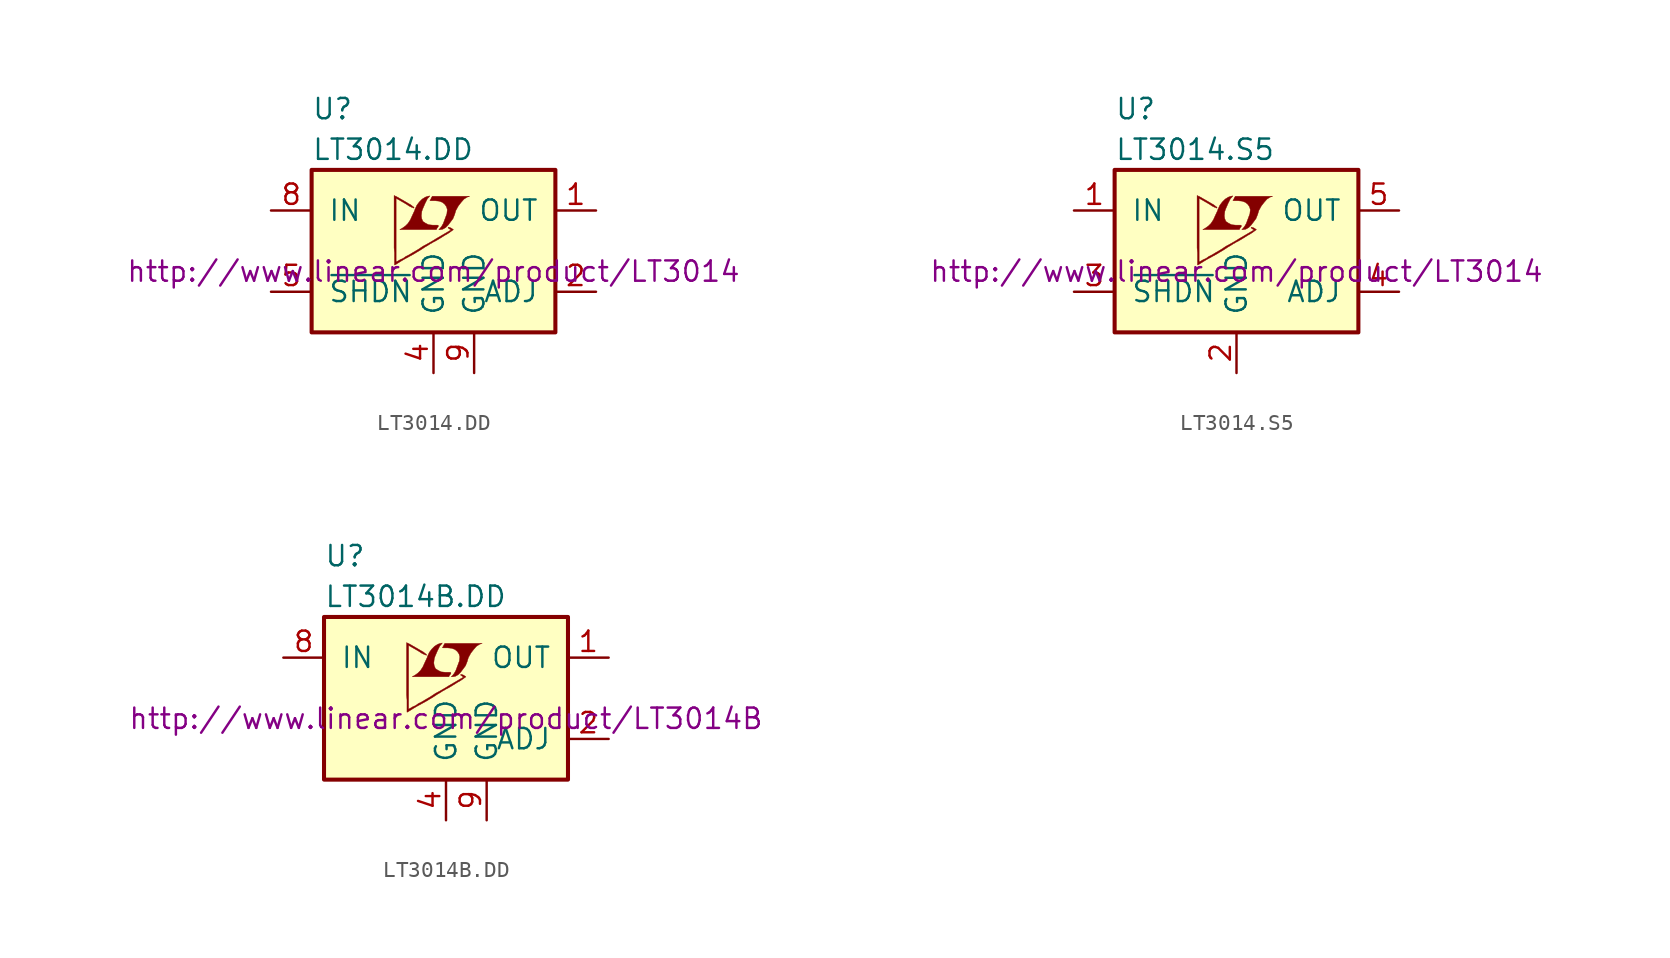
<source format=kicad_sym>
(kicad_symbol_lib
  (version 20201005)
  (generator kicad_symbol_editor)
  (symbol "LT3014.DD"
    (pin_names
      (offset 1.016))
    (property "Reference" "U"
      (at -7.62 8.89 0)
      (effects (font (size 1.27 1.27)) (justify left)))
    (property "Value" "LT3014.DD"
      (at -7.62 6.35 0)
      (effects (font (size 1.27 1.27)) (justify left)))
    (property "Datasheet" "http://www.linear.com/product/LT3014"
      (at 0 -1.27 0)
      (effects (font (size 1.27 1.27))))
    (symbol "LT3014.DD_0_0"
      (polyline (pts (xy 0.584 1.372) (xy 0.762 1.473) (xy 0.914 1.626) (xy 1.219 2.032) (xy 1.321 2.286) (xy 1.397 2.54) (xy 1.549 2.819) (xy 1.727 3.048) (xy 1.905 3.251) (xy 2.108 3.378) (xy 2.261 3.429) (xy -0.076 3.429) (xy -0.152 3.302) (xy -0.152 3.277) (xy -0.203 3.2) (xy -0.229 3.175) (xy -0.178 3.15) (xy 0.102 3.15) (xy 0.356 3.124) (xy 0.559 3.048) (xy 0.711 2.921) (xy 0.813 2.769) (xy 0.864 2.591) (xy 0.838 2.362) (xy 0.838 2.337) (xy 0.61 1.727) (xy 0.508 1.549) (xy 0.406 1.422) (xy 0.33 1.346) (xy 0.432 1.346) (xy 0.584 1.372)) (stroke (width 0.025)) (fill (type outline)))
      (polyline (pts (xy 0.229 1.448) (xy 0.254 1.473) (xy 0.305 1.549) (xy 0.305 1.6) (xy 0.254 1.626) (xy -0.051 1.626) (xy -0.305 1.651) (xy -0.508 1.753) (xy -0.66 1.854) (xy -0.737 2.032) (xy -0.762 2.21) (xy -0.737 2.438) (xy -0.737 2.464) (xy -0.686 2.616) (xy -0.533 2.972) (xy -0.381 3.277) (xy -0.305 3.353) (xy -0.229 3.454) (xy -0.356 3.429) (xy -0.508 3.378) (xy -0.711 3.251) (xy -0.889 3.073) (xy -1.041 2.87) (xy -1.168 2.591) (xy -1.168 2.565) (xy -1.321 2.235) (xy -1.448 1.956) (xy -1.6 1.727) (xy -1.753 1.575) (xy -1.93 1.448) (xy -2.108 1.346) (xy 0.178 1.346) (xy 0.229 1.448)) (stroke (width 0.025)) (fill (type outline)))
      (polyline (pts (xy -2.362 -0.838) (xy -2.286 -0.787) (xy -2.159 -0.711) (xy -2.083 -0.66) (xy -1.829 -0.508) (xy -1.27 -0.203) (xy -0.762 0.102) (xy -0.533 0.254) (xy -0.356 0.356) (xy -0.203 0.457) (xy -0.102 0.508) (xy -0.025 0.559) (xy 0.127 0.635) (xy 0.305 0.737) (xy 0.711 0.991) (xy 0.889 1.092) (xy 1.041 1.194) (xy 1.143 1.27) (xy 1.219 1.321) (xy 1.245 1.346) (xy 1.092 1.448) (xy 0.94 1.499) (xy 0.914 1.473) (xy 0.914 1.448) (xy 0.991 1.397) (xy 1.092 1.321) (xy 0.178 0.787) (xy -0.025 0.66) (xy -0.33 0.483) (xy -0.66 0.305) (xy -0.965 0.102) (xy -1.27 -0.076) (xy -1.524 -0.229) (xy -1.727 -0.33) (xy -1.905 -0.457) (xy -2.083 -0.533) (xy -2.21 -0.61) (xy -2.311 -0.66) (xy -2.337 -0.686) (xy -2.337 3.302) (xy -1.803 2.997) (xy -1.676 2.921) (xy -1.524 2.819) (xy -1.372 2.743) (xy -1.295 2.718) (xy -1.245 2.692) (xy -1.219 2.692) (xy -1.219 2.743) (xy -1.295 2.794) (xy -1.422 2.896) (xy -1.6 2.997) (xy -1.727 3.073) (xy -2.083 3.277) (xy -2.21 3.353) (xy -2.464 3.48) (xy -2.464 0.203) (xy -2.438 -0.102) (xy -2.438 -0.864) (xy -2.413 -0.864) (xy -2.362 -0.838)) (stroke (width 0.025)) (fill (type outline))))
    (symbol "LT3014.DD_0_1"
      (rectangle (start -7.62 5.08) (end 7.62 -5.08) (stroke (width 0.254)) (fill (type background))))
    (symbol "LT3014.DD_1_1"
      (pin power_out line (at 10.16 2.54 180) (length 2.54) (name "OUT" (effects (font (size 1.27 1.27)))) (number "1" (effects (font (size 1.27 1.27)))))
      (pin passive line (at 10.16 -2.54 180) (length 2.54) (name "ADJ" (effects (font (size 1.27 1.27)))) (number "2" (effects (font (size 1.27 1.27)))))
      (pin unconnected line (at -10.16 0 0) (length 2.54) hide (name "NC" (effects (font (size 1.27 1.27)))) (number "3" (effects (font (size 1.27 1.27)))))
      (pin power_in line (at 0 -7.62 90) (length 2.54) (name "GND" (effects (font (size 1.27 1.27)))) (number "4" (effects (font (size 1.27 1.27)))))
      (pin passive line (at -10.16 -2.54 0) (length 2.54) (name "~SHDN~" (effects (font (size 1.27 1.27)))) (number "5" (effects (font (size 1.27 1.27)))))
      (pin unconnected line (at -10.16 0 0) (length 2.54) hide (name "NC" (effects (font (size 1.27 1.27)))) (number "6" (effects (font (size 1.27 1.27)))))
      (pin unconnected line (at -10.16 0 0) (length 2.54) hide (name "NC" (effects (font (size 1.27 1.27)))) (number "7" (effects (font (size 1.27 1.27)))))
      (pin power_in line (at -10.16 2.54 0) (length 2.54) (name "IN" (effects (font (size 1.27 1.27)))) (number "8" (effects (font (size 1.27 1.27)))))
      (pin power_in line (at 2.54 -7.62 90) (length 2.54) (name "GND" (effects (font (size 1.27 1.27)))) (number "9" (effects (font (size 1.27 1.27)))))))
  (symbol "LT3014.S5"
    (pin_names
      (offset 1.016))
    (property "Reference" "U"
      (at -7.62 8.89 0)
      (effects (font (size 1.27 1.27)) (justify left)))
    (property "Value" "LT3014.S5"
      (at -7.62 6.35 0)
      (effects (font (size 1.27 1.27)) (justify left)))
    (property "Datasheet" "http://www.linear.com/product/LT3014"
      (at 0 -1.27 0)
      (effects (font (size 1.27 1.27))))
    (symbol "LT3014.S5_0_0"
      (polyline (pts (xy 0.584 1.372) (xy 0.762 1.473) (xy 0.914 1.626) (xy 1.219 2.032) (xy 1.321 2.286) (xy 1.397 2.54) (xy 1.549 2.819) (xy 1.727 3.048) (xy 1.905 3.251) (xy 2.108 3.378) (xy 2.261 3.429) (xy -0.076 3.429) (xy -0.152 3.302) (xy -0.152 3.277) (xy -0.203 3.2) (xy -0.229 3.175) (xy -0.178 3.15) (xy 0.102 3.15) (xy 0.356 3.124) (xy 0.559 3.048) (xy 0.711 2.921) (xy 0.813 2.769) (xy 0.864 2.591) (xy 0.838 2.362) (xy 0.838 2.337) (xy 0.61 1.727) (xy 0.508 1.549) (xy 0.406 1.422) (xy 0.33 1.346) (xy 0.432 1.346) (xy 0.584 1.372)) (stroke (width 0.025)) (fill (type outline)))
      (polyline (pts (xy 0.229 1.448) (xy 0.254 1.473) (xy 0.305 1.549) (xy 0.305 1.6) (xy 0.254 1.626) (xy -0.051 1.626) (xy -0.305 1.651) (xy -0.508 1.753) (xy -0.66 1.854) (xy -0.737 2.032) (xy -0.762 2.21) (xy -0.737 2.438) (xy -0.737 2.464) (xy -0.686 2.616) (xy -0.533 2.972) (xy -0.381 3.277) (xy -0.305 3.353) (xy -0.229 3.454) (xy -0.356 3.429) (xy -0.508 3.378) (xy -0.711 3.251) (xy -0.889 3.073) (xy -1.041 2.87) (xy -1.168 2.591) (xy -1.168 2.565) (xy -1.321 2.235) (xy -1.448 1.956) (xy -1.6 1.727) (xy -1.753 1.575) (xy -1.93 1.448) (xy -2.108 1.346) (xy 0.178 1.346) (xy 0.229 1.448)) (stroke (width 0.025)) (fill (type outline)))
      (polyline (pts (xy -2.362 -0.838) (xy -2.286 -0.787) (xy -2.159 -0.711) (xy -2.083 -0.66) (xy -1.829 -0.508) (xy -1.27 -0.203) (xy -0.762 0.102) (xy -0.533 0.254) (xy -0.356 0.356) (xy -0.203 0.457) (xy -0.102 0.508) (xy -0.025 0.559) (xy 0.127 0.635) (xy 0.305 0.737) (xy 0.711 0.991) (xy 0.889 1.092) (xy 1.041 1.194) (xy 1.143 1.27) (xy 1.219 1.321) (xy 1.245 1.346) (xy 1.092 1.448) (xy 0.94 1.499) (xy 0.914 1.473) (xy 0.914 1.448) (xy 0.991 1.397) (xy 1.092 1.321) (xy 0.178 0.787) (xy -0.025 0.66) (xy -0.33 0.483) (xy -0.66 0.305) (xy -0.965 0.102) (xy -1.27 -0.076) (xy -1.524 -0.229) (xy -1.727 -0.33) (xy -1.905 -0.457) (xy -2.083 -0.533) (xy -2.21 -0.61) (xy -2.311 -0.66) (xy -2.337 -0.686) (xy -2.337 3.302) (xy -1.803 2.997) (xy -1.676 2.921) (xy -1.524 2.819) (xy -1.372 2.743) (xy -1.295 2.718) (xy -1.245 2.692) (xy -1.219 2.692) (xy -1.219 2.743) (xy -1.295 2.794) (xy -1.422 2.896) (xy -1.6 2.997) (xy -1.727 3.073) (xy -2.083 3.277) (xy -2.21 3.353) (xy -2.464 3.48) (xy -2.464 0.203) (xy -2.438 -0.102) (xy -2.438 -0.864) (xy -2.413 -0.864) (xy -2.362 -0.838)) (stroke (width 0.025)) (fill (type outline))))
    (symbol "LT3014.S5_0_1"
      (rectangle (start -7.62 5.08) (end 7.62 -5.08) (stroke (width 0.254)) (fill (type background))))
    (symbol "LT3014.S5_1_1"
      (pin power_in line (at -10.16 2.54 0) (length 2.54) (name "IN" (effects (font (size 1.27 1.27)))) (number "1" (effects (font (size 1.27 1.27)))))
      (pin power_in line (at 0 -7.62 90) (length 2.54) (name "GND" (effects (font (size 1.27 1.27)))) (number "2" (effects (font (size 1.27 1.27)))))
      (pin passive line (at -10.16 -2.54 0) (length 2.54) (name "~SHDN~" (effects (font (size 1.27 1.27)))) (number "3" (effects (font (size 1.27 1.27)))))
      (pin passive line (at 10.16 -2.54 180) (length 2.54) (name "ADJ" (effects (font (size 1.27 1.27)))) (number "4" (effects (font (size 1.27 1.27)))))
      (pin power_out line (at 10.16 2.54 180) (length 2.54) (name "OUT" (effects (font (size 1.27 1.27)))) (number "5" (effects (font (size 1.27 1.27)))))))
  (symbol "LT3014B.DD"
    (pin_names
      (offset 1.016))
    (property "Reference" "U"
      (at -7.62 8.89 0)
      (effects (font (size 1.27 1.27)) (justify left)))
    (property "Value" "LT3014B.DD"
      (at -7.62 6.35 0)
      (effects (font (size 1.27 1.27)) (justify left)))
    (property "Datasheet" "http://www.linear.com/product/LT3014B"
      (at 0 -1.27 0)
      (effects (font (size 1.27 1.27))))
    (symbol "LT3014B.DD_0_0"
      (polyline (pts (xy 0.584 1.372) (xy 0.762 1.473) (xy 0.914 1.626) (xy 1.219 2.032) (xy 1.321 2.286) (xy 1.397 2.54) (xy 1.549 2.819) (xy 1.727 3.048) (xy 1.905 3.251) (xy 2.108 3.378) (xy 2.261 3.429) (xy -0.076 3.429) (xy -0.152 3.302) (xy -0.152 3.277) (xy -0.203 3.2) (xy -0.229 3.175) (xy -0.178 3.15) (xy 0.102 3.15) (xy 0.356 3.124) (xy 0.559 3.048) (xy 0.711 2.921) (xy 0.813 2.769) (xy 0.864 2.591) (xy 0.838 2.362) (xy 0.838 2.337) (xy 0.61 1.727) (xy 0.508 1.549) (xy 0.406 1.422) (xy 0.33 1.346) (xy 0.432 1.346) (xy 0.584 1.372)) (stroke (width 0.025)) (fill (type outline)))
      (polyline (pts (xy 0.229 1.448) (xy 0.254 1.473) (xy 0.305 1.549) (xy 0.305 1.6) (xy 0.254 1.626) (xy -0.051 1.626) (xy -0.305 1.651) (xy -0.508 1.753) (xy -0.66 1.854) (xy -0.737 2.032) (xy -0.762 2.21) (xy -0.737 2.438) (xy -0.737 2.464) (xy -0.686 2.616) (xy -0.533 2.972) (xy -0.381 3.277) (xy -0.305 3.353) (xy -0.229 3.454) (xy -0.356 3.429) (xy -0.508 3.378) (xy -0.711 3.251) (xy -0.889 3.073) (xy -1.041 2.87) (xy -1.168 2.591) (xy -1.168 2.565) (xy -1.321 2.235) (xy -1.448 1.956) (xy -1.6 1.727) (xy -1.753 1.575) (xy -1.93 1.448) (xy -2.108 1.346) (xy 0.178 1.346) (xy 0.229 1.448)) (stroke (width 0.025)) (fill (type outline)))
      (polyline (pts (xy -2.362 -0.838) (xy -2.286 -0.787) (xy -2.159 -0.711) (xy -2.083 -0.66) (xy -1.829 -0.508) (xy -1.27 -0.203) (xy -0.762 0.102) (xy -0.533 0.254) (xy -0.356 0.356) (xy -0.203 0.457) (xy -0.102 0.508) (xy -0.025 0.559) (xy 0.127 0.635) (xy 0.305 0.737) (xy 0.711 0.991) (xy 0.889 1.092) (xy 1.041 1.194) (xy 1.143 1.27) (xy 1.219 1.321) (xy 1.245 1.346) (xy 1.092 1.448) (xy 0.94 1.499) (xy 0.914 1.473) (xy 0.914 1.448) (xy 0.991 1.397) (xy 1.092 1.321) (xy 0.178 0.787) (xy -0.025 0.66) (xy -0.33 0.483) (xy -0.66 0.305) (xy -0.965 0.102) (xy -1.27 -0.076) (xy -1.524 -0.229) (xy -1.727 -0.33) (xy -1.905 -0.457) (xy -2.083 -0.533) (xy -2.21 -0.61) (xy -2.311 -0.66) (xy -2.337 -0.686) (xy -2.337 3.302) (xy -1.803 2.997) (xy -1.676 2.921) (xy -1.524 2.819) (xy -1.372 2.743) (xy -1.295 2.718) (xy -1.245 2.692) (xy -1.219 2.692) (xy -1.219 2.743) (xy -1.295 2.794) (xy -1.422 2.896) (xy -1.6 2.997) (xy -1.727 3.073) (xy -2.083 3.277) (xy -2.21 3.353) (xy -2.464 3.48) (xy -2.464 0.203) (xy -2.438 -0.102) (xy -2.438 -0.864) (xy -2.413 -0.864) (xy -2.362 -0.838)) (stroke (width 0.025)) (fill (type outline))))
    (symbol "LT3014B.DD_0_1"
      (rectangle (start -7.62 5.08) (end 7.62 -5.08) (stroke (width 0.254)) (fill (type background))))
    (symbol "LT3014B.DD_1_1"
      (pin power_out line (at 10.16 2.54 180) (length 2.54) (name "OUT" (effects (font (size 1.27 1.27)))) (number "1" (effects (font (size 1.27 1.27)))))
      (pin passive line (at 10.16 -2.54 180) (length 2.54) (name "ADJ" (effects (font (size 1.27 1.27)))) (number "2" (effects (font (size 1.27 1.27)))))
      (pin unconnected line (at -10.16 0 0) (length 2.54) hide (name "NC" (effects (font (size 1.27 1.27)))) (number "3" (effects (font (size 1.27 1.27)))))
      (pin power_in line (at 0 -7.62 90) (length 2.54) (name "GND" (effects (font (size 1.27 1.27)))) (number "4" (effects (font (size 1.27 1.27)))))
      (pin unconnected line (at -10.16 -2.54 0) (length 2.54) hide (name "NC" (effects (font (size 1.27 1.27)))) (number "5" (effects (font (size 1.27 1.27)))))
      (pin unconnected line (at -10.16 0 0) (length 2.54) hide (name "NC" (effects (font (size 1.27 1.27)))) (number "6" (effects (font (size 1.27 1.27)))))
      (pin unconnected line (at -10.16 0 0) (length 2.54) hide (name "NC" (effects (font (size 1.27 1.27)))) (number "7" (effects (font (size 1.27 1.27)))))
      (pin power_in line (at -10.16 2.54 0) (length 2.54) (name "IN" (effects (font (size 1.27 1.27)))) (number "8" (effects (font (size 1.27 1.27)))))
      (pin power_in line (at 2.54 -7.62 90) (length 2.54) (name "GND" (effects (font (size 1.27 1.27)))) (number "9" (effects (font (size 1.27 1.27))))))))
</source>
